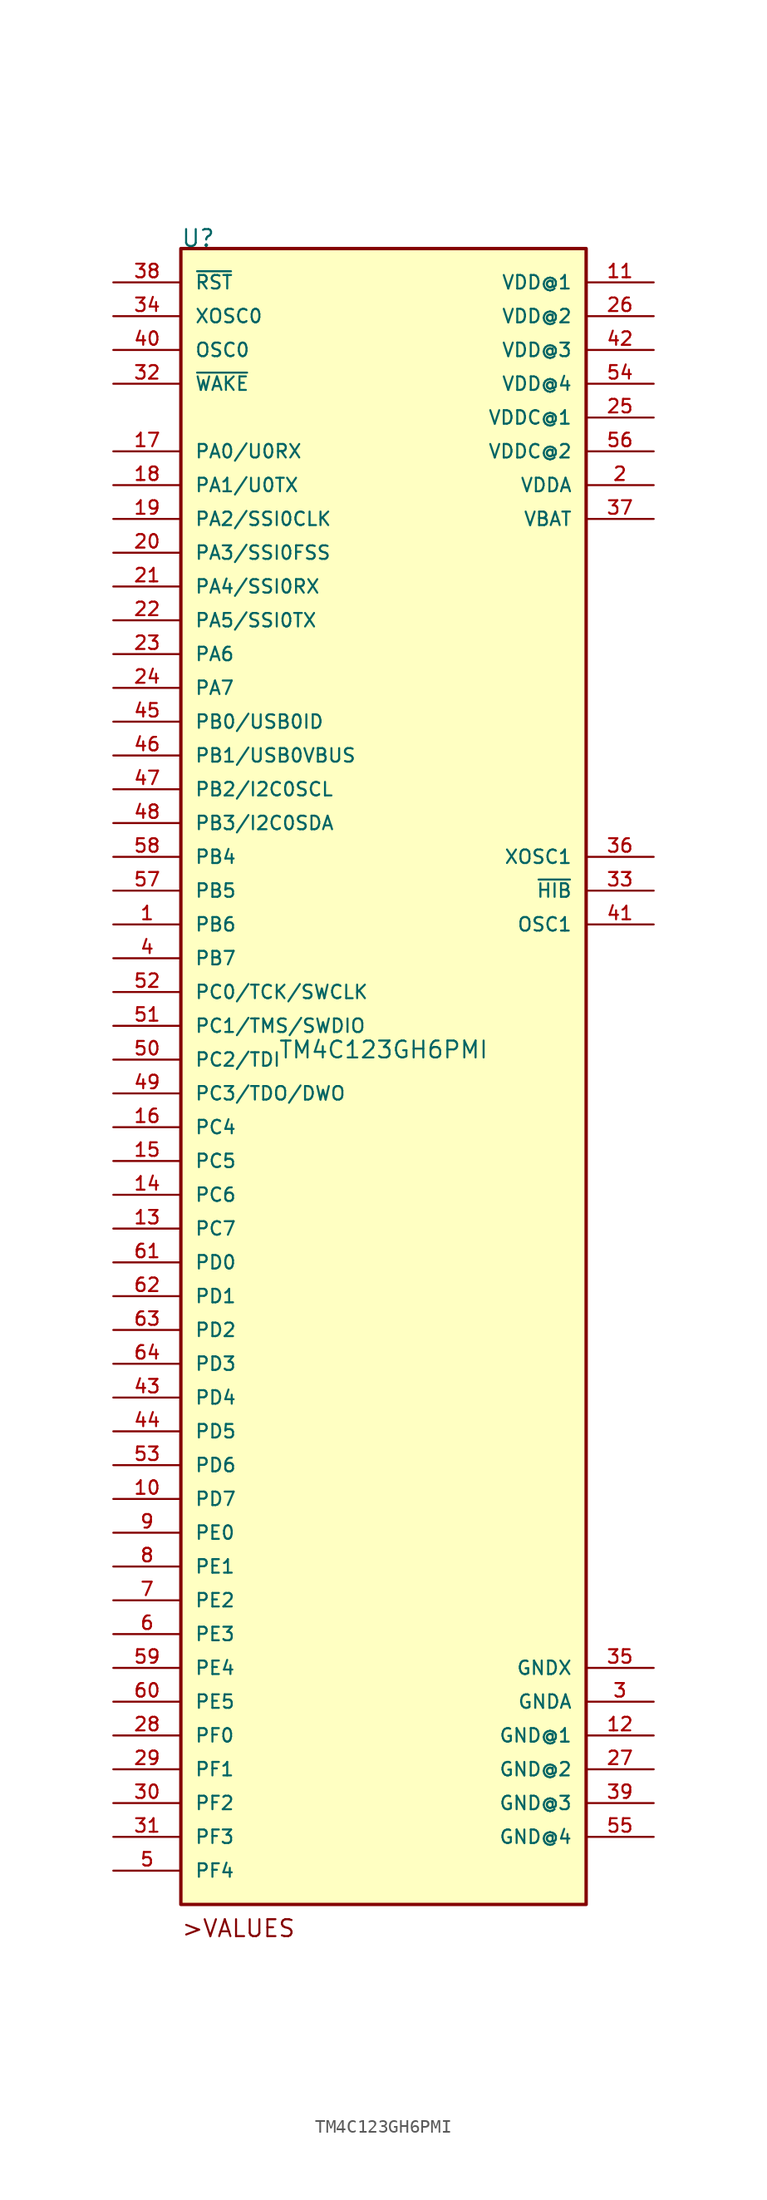
<source format=kicad_sym>
(kicad_symbol_lib
  (version 20211014)
  (generator kicad_symbol_editor)
  (symbol "TM4C123GH6PMI"
    (pin_names
      (offset 1.016))
    (property "Reference" "U"
      (at -15.248 60.992 0)
      (effects (font (size 1.27 1.27)) (justify bottom left)))
    (property "Value" "TM4C123GH6PMI"
      (at 0 0.0 0)
      (effects (font (size 1.27 1.27)) (justify bottom)))
    (symbol "TM4C123GH6PMI_0_0"
      (text ">VALUES" (at -15.241 -66.043 0) (effects (font (size 1.27 1.27)) (justify bottom left)))
      (rectangle (start -15.24 -63.5) (end 15.24 60.96) (stroke (width 0.254)) (fill (type background)))
      (pin bidirectional line (at -20.32 45.72 0) (length 5.08) (name "PA0/U0RX" (effects (font (size 1.016 1.016)))) (number "17" (effects (font (size 1.016 1.016)))))
      (pin bidirectional line (at -20.32 43.18 0) (length 5.08) (name "PA1/U0TX" (effects (font (size 1.016 1.016)))) (number "18" (effects (font (size 1.016 1.016)))))
      (pin bidirectional line (at -20.32 40.64 0) (length 5.08) (name "PA2/SSI0CLK" (effects (font (size 1.016 1.016)))) (number "19" (effects (font (size 1.016 1.016)))))
      (pin bidirectional line (at -20.32 38.1 0) (length 5.08) (name "PA3/SSI0FSS" (effects (font (size 1.016 1.016)))) (number "20" (effects (font (size 1.016 1.016)))))
      (pin bidirectional line (at -20.32 35.56 0) (length 5.08) (name "PA4/SSI0RX" (effects (font (size 1.016 1.016)))) (number "21" (effects (font (size 1.016 1.016)))))
      (pin bidirectional line (at -20.32 33.02 0) (length 5.08) (name "PA5/SSI0TX" (effects (font (size 1.016 1.016)))) (number "22" (effects (font (size 1.016 1.016)))))
      (pin bidirectional line (at -20.32 30.48 0) (length 5.08) (name "PA6" (effects (font (size 1.016 1.016)))) (number "23" (effects (font (size 1.016 1.016)))))
      (pin bidirectional line (at -20.32 27.94 0) (length 5.08) (name "PA7" (effects (font (size 1.016 1.016)))) (number "24" (effects (font (size 1.016 1.016)))))
      (pin bidirectional line (at -20.32 25.4 0) (length 5.08) (name "PB0/USB0ID" (effects (font (size 1.016 1.016)))) (number "45" (effects (font (size 1.016 1.016)))))
      (pin bidirectional line (at -20.32 22.86 0) (length 5.08) (name "PB1/USB0VBUS" (effects (font (size 1.016 1.016)))) (number "46" (effects (font (size 1.016 1.016)))))
      (pin bidirectional line (at -20.32 20.32 0) (length 5.08) (name "PB2/I2C0SCL" (effects (font (size 1.016 1.016)))) (number "47" (effects (font (size 1.016 1.016)))))
      (pin bidirectional line (at -20.32 17.78 0) (length 5.08) (name "PB3/I2C0SDA" (effects (font (size 1.016 1.016)))) (number "48" (effects (font (size 1.016 1.016)))))
      (pin bidirectional line (at -20.32 15.24 0) (length 5.08) (name "PB4" (effects (font (size 1.016 1.016)))) (number "58" (effects (font (size 1.016 1.016)))))
      (pin bidirectional line (at -20.32 12.7 0) (length 5.08) (name "PB5" (effects (font (size 1.016 1.016)))) (number "57" (effects (font (size 1.016 1.016)))))
      (pin bidirectional line (at -20.32 10.16 0) (length 5.08) (name "PB6" (effects (font (size 1.016 1.016)))) (number "1" (effects (font (size 1.016 1.016)))))
      (pin bidirectional line (at -20.32 7.62 0) (length 5.08) (name "PB7" (effects (font (size 1.016 1.016)))) (number "4" (effects (font (size 1.016 1.016)))))
      (pin bidirectional line (at -20.32 5.08 0) (length 5.08) (name "PC0/TCK/SWCLK" (effects (font (size 1.016 1.016)))) (number "52" (effects (font (size 1.016 1.016)))))
      (pin bidirectional line (at -20.32 2.54 0) (length 5.08) (name "PC1/TMS/SWDIO" (effects (font (size 1.016 1.016)))) (number "51" (effects (font (size 1.016 1.016)))))
      (pin bidirectional line (at -20.32 0.0 0) (length 5.08) (name "PC2/TDI" (effects (font (size 1.016 1.016)))) (number "50" (effects (font (size 1.016 1.016)))))
      (pin bidirectional line (at -20.32 -2.54 0) (length 5.08) (name "PC3/TDO/DWO" (effects (font (size 1.016 1.016)))) (number "49" (effects (font (size 1.016 1.016)))))
      (pin bidirectional line (at -20.32 -5.08 0) (length 5.08) (name "PC4" (effects (font (size 1.016 1.016)))) (number "16" (effects (font (size 1.016 1.016)))))
      (pin bidirectional line (at -20.32 -7.62 0) (length 5.08) (name "PC5" (effects (font (size 1.016 1.016)))) (number "15" (effects (font (size 1.016 1.016)))))
      (pin bidirectional line (at -20.32 -10.16 0) (length 5.08) (name "PC6" (effects (font (size 1.016 1.016)))) (number "14" (effects (font (size 1.016 1.016)))))
      (pin bidirectional line (at -20.32 -12.7 0) (length 5.08) (name "PC7" (effects (font (size 1.016 1.016)))) (number "13" (effects (font (size 1.016 1.016)))))
      (pin bidirectional line (at -20.32 -15.24 0) (length 5.08) (name "PD0" (effects (font (size 1.016 1.016)))) (number "61" (effects (font (size 1.016 1.016)))))
      (pin bidirectional line (at -20.32 -17.78 0) (length 5.08) (name "PD1" (effects (font (size 1.016 1.016)))) (number "62" (effects (font (size 1.016 1.016)))))
      (pin bidirectional line (at -20.32 -20.32 0) (length 5.08) (name "PD2" (effects (font (size 1.016 1.016)))) (number "63" (effects (font (size 1.016 1.016)))))
      (pin bidirectional line (at -20.32 -22.86 0) (length 5.08) (name "PD3" (effects (font (size 1.016 1.016)))) (number "64" (effects (font (size 1.016 1.016)))))
      (pin bidirectional line (at -20.32 -25.4 0) (length 5.08) (name "PD4" (effects (font (size 1.016 1.016)))) (number "43" (effects (font (size 1.016 1.016)))))
      (pin bidirectional line (at -20.32 -27.94 0) (length 5.08) (name "PD5" (effects (font (size 1.016 1.016)))) (number "44" (effects (font (size 1.016 1.016)))))
      (pin bidirectional line (at -20.32 -30.48 0) (length 5.08) (name "PD6" (effects (font (size 1.016 1.016)))) (number "53" (effects (font (size 1.016 1.016)))))
      (pin bidirectional line (at -20.32 -33.02 0) (length 5.08) (name "PD7" (effects (font (size 1.016 1.016)))) (number "10" (effects (font (size 1.016 1.016)))))
      (pin bidirectional line (at -20.32 -35.56 0) (length 5.08) (name "PE0" (effects (font (size 1.016 1.016)))) (number "9" (effects (font (size 1.016 1.016)))))
      (pin bidirectional line (at -20.32 -38.1 0) (length 5.08) (name "PE1" (effects (font (size 1.016 1.016)))) (number "8" (effects (font (size 1.016 1.016)))))
      (pin bidirectional line (at -20.32 -40.64 0) (length 5.08) (name "PE2" (effects (font (size 1.016 1.016)))) (number "7" (effects (font (size 1.016 1.016)))))
      (pin bidirectional line (at -20.32 -43.18 0) (length 5.08) (name "PE3" (effects (font (size 1.016 1.016)))) (number "6" (effects (font (size 1.016 1.016)))))
      (pin bidirectional line (at -20.32 -50.8 0) (length 5.08) (name "PF0" (effects (font (size 1.016 1.016)))) (number "28" (effects (font (size 1.016 1.016)))))
      (pin bidirectional line (at -20.32 -53.34 0) (length 5.08) (name "PF1" (effects (font (size 1.016 1.016)))) (number "29" (effects (font (size 1.016 1.016)))))
      (pin bidirectional line (at -20.32 -55.88 0) (length 5.08) (name "PF2" (effects (font (size 1.016 1.016)))) (number "30" (effects (font (size 1.016 1.016)))))
      (pin bidirectional line (at -20.32 -58.42 0) (length 5.08) (name "PF3" (effects (font (size 1.016 1.016)))) (number "31" (effects (font (size 1.016 1.016)))))
      (pin bidirectional line (at -20.32 -60.96 0) (length 5.08) (name "PF4" (effects (font (size 1.016 1.016)))) (number "5" (effects (font (size 1.016 1.016)))))
      (pin power_in line (at 20.32 58.42 180.0) (length 5.08) (name "VDD@1" (effects (font (size 1.016 1.016)))) (number "11" (effects (font (size 1.016 1.016)))))
      (pin power_in line (at 20.32 55.88 180.0) (length 5.08) (name "VDD@2" (effects (font (size 1.016 1.016)))) (number "26" (effects (font (size 1.016 1.016)))))
      (pin power_in line (at 20.32 53.34 180.0) (length 5.08) (name "VDD@3" (effects (font (size 1.016 1.016)))) (number "42" (effects (font (size 1.016 1.016)))))
      (pin power_in line (at 20.32 48.26 180.0) (length 5.08) (name "VDDC@1" (effects (font (size 1.016 1.016)))) (number "25" (effects (font (size 1.016 1.016)))))
      (pin power_in line (at 20.32 45.72 180.0) (length 5.08) (name "VDDC@2" (effects (font (size 1.016 1.016)))) (number "56" (effects (font (size 1.016 1.016)))))
      (pin power_in line (at 20.32 43.18 180.0) (length 5.08) (name "VDDA" (effects (font (size 1.016 1.016)))) (number "2" (effects (font (size 1.016 1.016)))))
      (pin power_in line (at 20.32 40.64 180.0) (length 5.08) (name "VBAT" (effects (font (size 1.016 1.016)))) (number "37" (effects (font (size 1.016 1.016)))))
      (pin input line (at -20.32 50.8 0) (length 5.08) (name "~{WAKE}" (effects (font (size 1.016 1.016)))) (number "32" (effects (font (size 1.016 1.016)))))
      (pin output line (at 20.32 12.7 180.0) (length 5.08) (name "~{HIB}" (effects (font (size 1.016 1.016)))) (number "33" (effects (font (size 1.016 1.016)))))
      (pin input line (at -20.32 55.88 0) (length 5.08) (name "XOSC0" (effects (font (size 1.016 1.016)))) (number "34" (effects (font (size 1.016 1.016)))))
      (pin output line (at 20.32 15.24 180.0) (length 5.08) (name "XOSC1" (effects (font (size 1.016 1.016)))) (number "36" (effects (font (size 1.016 1.016)))))
      (pin input line (at -20.32 58.42 0) (length 5.08) (name "~{RST}" (effects (font (size 1.016 1.016)))) (number "38" (effects (font (size 1.016 1.016)))))
      (pin input line (at -20.32 53.34 0) (length 5.08) (name "OSC0" (effects (font (size 1.016 1.016)))) (number "40" (effects (font (size 1.016 1.016)))))
      (pin output line (at 20.32 10.16 180.0) (length 5.08) (name "OSC1" (effects (font (size 1.016 1.016)))) (number "41" (effects (font (size 1.016 1.016)))))
      (pin power_in line (at 20.32 -48.26 180.0) (length 5.08) (name "GNDA" (effects (font (size 1.016 1.016)))) (number "3" (effects (font (size 1.016 1.016)))))
      (pin power_in line (at 20.32 -50.8 180.0) (length 5.08) (name "GND@1" (effects (font (size 1.016 1.016)))) (number "12" (effects (font (size 1.016 1.016)))))
      (pin power_in line (at 20.32 -53.34 180.0) (length 5.08) (name "GND@2" (effects (font (size 1.016 1.016)))) (number "27" (effects (font (size 1.016 1.016)))))
      (pin power_in line (at 20.32 -55.88 180.0) (length 5.08) (name "GND@3" (effects (font (size 1.016 1.016)))) (number "39" (effects (font (size 1.016 1.016)))))
      (pin power_in line (at 20.32 -58.42 180.0) (length 5.08) (name "GND@4" (effects (font (size 1.016 1.016)))) (number "55" (effects (font (size 1.016 1.016)))))
      (pin power_in line (at 20.32 -45.72 180.0) (length 5.08) (name "GNDX" (effects (font (size 1.016 1.016)))) (number "35" (effects (font (size 1.016 1.016)))))
      (pin bidirectional line (at -20.32 -45.72 0) (length 5.08) (name "PE4" (effects (font (size 1.016 1.016)))) (number "59" (effects (font (size 1.016 1.016)))))
      (pin power_in line (at 20.32 50.8 180.0) (length 5.08) (name "VDD@4" (effects (font (size 1.016 1.016)))) (number "54" (effects (font (size 1.016 1.016)))))
      (pin bidirectional line (at -20.32 -48.26 0) (length 5.08) (name "PE5" (effects (font (size 1.016 1.016)))) (number "60" (effects (font (size 1.016 1.016))))))))
</source>
